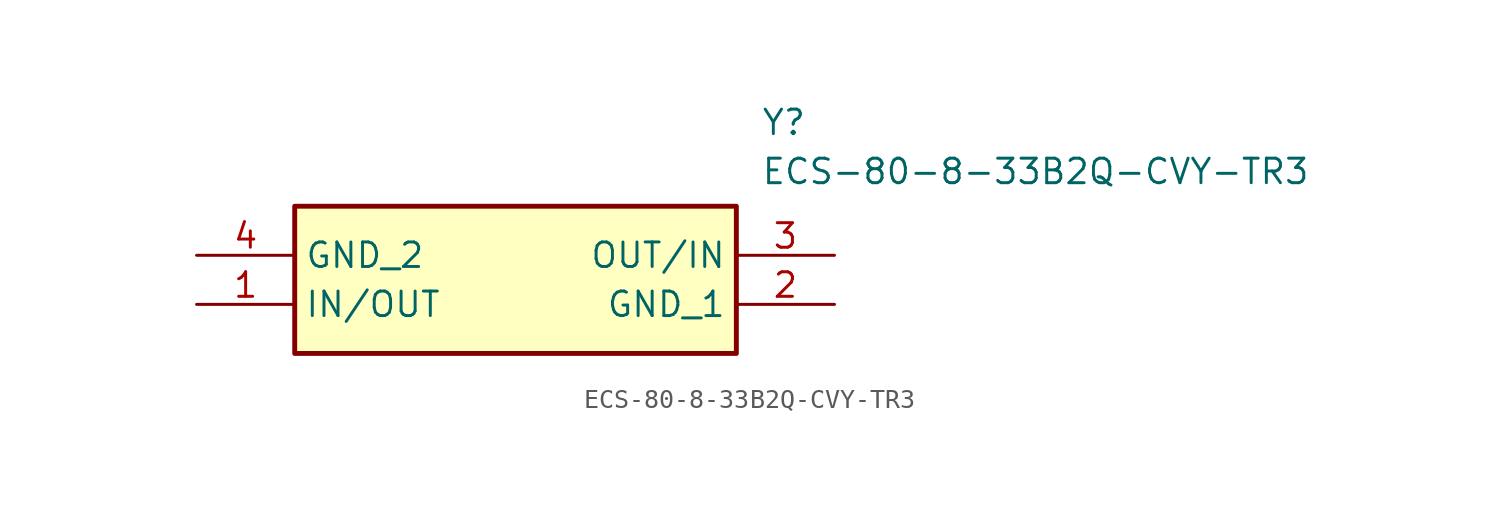
<source format=kicad_sym>
(kicad_symbol_lib
  (version 20211014)
  (generator SamacSys_ECAD_Model)
  (symbol "ECS-80-8-33B2Q-CVY-TR3"
    (property "Reference" "Y"
      (at 29.21 7.62 0)
      (effects (font (size 1.27 1.27)) (justify left top)))
    (property "Value" "ECS-80-8-33B2Q-CVY-TR3"
      (at 29.21 5.08 0)
      (effects (font (size 1.27 1.27)) (justify left top)))
    (rectangle
      (start 5.08 2.54)
      (end 27.94 -5.08)
      (stroke (width 0.254) (type default))
      (fill (type background)))
    (pin passive line
      (at 0 -2.54 0)
      (length 5.08)
      (name "IN/OUT" (effects (font (size 1.27 1.27))))
      (number "1" (effects (font (size 1.27 1.27)))))
    (pin passive line
      (at 33.02 -2.54 180)
      (length 5.08)
      (name "GND_1" (effects (font (size 1.27 1.27))))
      (number "2" (effects (font (size 1.27 1.27)))))
    (pin passive line
      (at 33.02 0 180)
      (length 5.08)
      (name "OUT/IN" (effects (font (size 1.27 1.27))))
      (number "3" (effects (font (size 1.27 1.27)))))
    (pin passive line
      (at 0 0 0)
      (length 5.08)
      (name "GND_2" (effects (font (size 1.27 1.27))))
      (number "4" (effects (font (size 1.27 1.27)))))))
</source>
